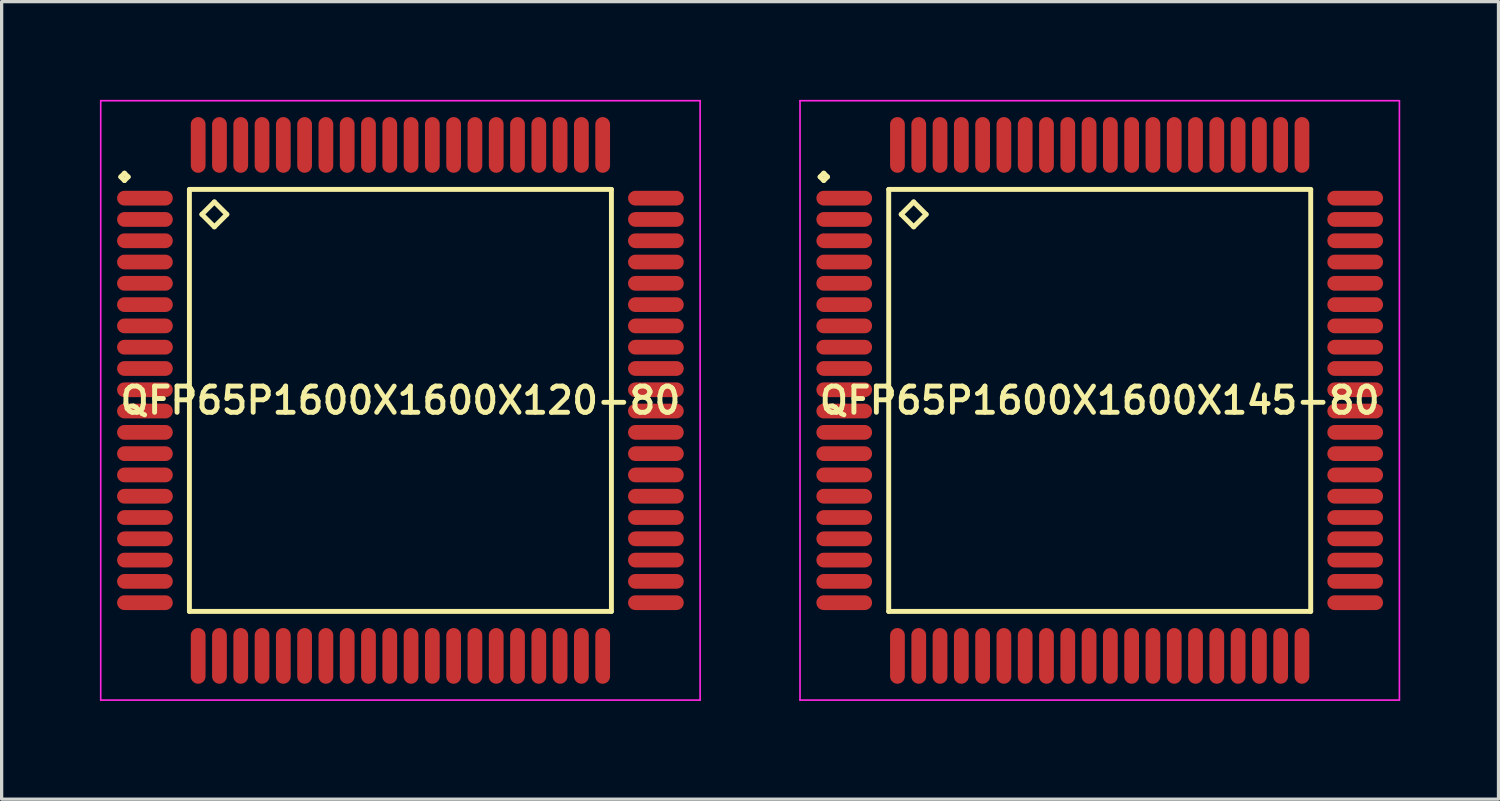
<source format=kicad_pcb>
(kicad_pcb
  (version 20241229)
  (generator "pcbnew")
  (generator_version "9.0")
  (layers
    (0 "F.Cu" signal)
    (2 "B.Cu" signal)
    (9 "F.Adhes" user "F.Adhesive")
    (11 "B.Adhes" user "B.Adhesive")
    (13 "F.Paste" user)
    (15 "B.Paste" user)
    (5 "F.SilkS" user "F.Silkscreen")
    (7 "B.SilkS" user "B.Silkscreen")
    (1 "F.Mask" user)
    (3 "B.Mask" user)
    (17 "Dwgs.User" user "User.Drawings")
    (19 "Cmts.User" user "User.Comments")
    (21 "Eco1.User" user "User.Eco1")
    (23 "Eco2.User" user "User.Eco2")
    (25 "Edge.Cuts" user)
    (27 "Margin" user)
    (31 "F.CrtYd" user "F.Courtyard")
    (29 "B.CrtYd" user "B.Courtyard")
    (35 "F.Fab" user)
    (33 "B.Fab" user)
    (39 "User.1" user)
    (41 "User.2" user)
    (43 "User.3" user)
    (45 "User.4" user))
  (footprint "QFP65P1600X1600X120-80"
    (layer "F.Cu")
    (at 9.175 9.175)
    (property "Reference" "QFP65P1600X1600X120-80" (at 0 0 0) (layer "F.SilkS") (effects (font (size 0.8 0.8) (thickness 0.15))))
    (attr smd)
    (fp_line (start -8.537 -6.825) (end -8.425 -6.938) (stroke (width 0.15) (type solid)) (layer "F.SilkS"))
    (fp_line (start -8.425 -6.938) (end -8.312 -6.825) (stroke (width 0.15) (type solid)) (layer "F.SilkS"))
    (fp_line (start -8.425 -6.713) (end -8.537 -6.825) (stroke (width 0.15) (type solid)) (layer "F.SilkS"))
    (fp_line (start -8.312 -6.825) (end -8.425 -6.713) (stroke (width 0.15) (type solid)) (layer "F.SilkS"))
    (fp_line (start -6.442 -6.442) (end -6.442 6.442) (stroke (width 0.15) (type solid)) (layer "F.SilkS"))
    (fp_line (start -6.442 6.442) (end 6.442 6.442) (stroke (width 0.15) (type solid)) (layer "F.SilkS"))
    (fp_line (start -6.061 -5.68) (end -5.68 -6.061) (stroke (width 0.15) (type solid)) (layer "F.SilkS"))
    (fp_line (start -5.68 -6.061) (end -5.299 -5.68) (stroke (width 0.15) (type solid)) (layer "F.SilkS"))
    (fp_line (start -5.68 -5.299) (end -6.061 -5.68) (stroke (width 0.15) (type solid)) (layer "F.SilkS"))
    (fp_line (start -5.299 -5.68) (end -5.68 -5.299) (stroke (width 0.15) (type solid)) (layer "F.SilkS"))
    (fp_line (start 6.442 -6.442) (end -6.442 -6.442) (stroke (width 0.15) (type solid)) (layer "F.SilkS"))
    (fp_line (start 6.442 6.442) (end 6.442 -6.442) (stroke (width 0.15) (type solid)) (layer "F.SilkS"))
    (fp_line (start -9.15 -9.15) (end 9.15 -9.15) (stroke (width 0.05) (type solid)) (layer "F.CrtYd"))
    (fp_line (start -9.15 9.15) (end -9.15 -9.15) (stroke (width 0.05) (type solid)) (layer "F.CrtYd"))
    (fp_line (start 9.15 -9.15) (end 9.15 9.15) (stroke (width 0.05) (type solid)) (layer "F.CrtYd"))
    (fp_line (start 9.15 9.15) (end -9.15 9.15) (stroke (width 0.05) (type solid)) (layer "F.CrtYd"))
    (pad "1" smd oval (at -7.8 -6.175) (size 1.7 0.45) (layers "F.Cu" "F.Mask" "F.Paste"))
    (pad "2" smd oval (at -7.8 -5.525) (size 1.7 0.45) (layers "F.Cu" "F.Mask" "F.Paste"))
    (pad "3" smd oval (at -7.8 -4.875) (size 1.7 0.45) (layers "F.Cu" "F.Mask" "F.Paste"))
    (pad "4" smd oval (at -7.8 -4.225) (size 1.7 0.45) (layers "F.Cu" "F.Mask" "F.Paste"))
    (pad "5" smd oval (at -7.8 -3.575) (size 1.7 0.45) (layers "F.Cu" "F.Mask" "F.Paste"))
    (pad "6" smd oval (at -7.8 -2.925) (size 1.7 0.45) (layers "F.Cu" "F.Mask" "F.Paste"))
    (pad "7" smd oval (at -7.8 -2.275) (size 1.7 0.45) (layers "F.Cu" "F.Mask" "F.Paste"))
    (pad "8" smd oval (at -7.8 -1.625) (size 1.7 0.45) (layers "F.Cu" "F.Mask" "F.Paste"))
    (pad "9" smd oval (at -7.8 -0.975) (size 1.7 0.45) (layers "F.Cu" "F.Mask" "F.Paste"))
    (pad "10" smd oval (at -7.8 -0.325) (size 1.7 0.45) (layers "F.Cu" "F.Mask" "F.Paste"))
    (pad "11" smd oval (at -7.8 0.325) (size 1.7 0.45) (layers "F.Cu" "F.Mask" "F.Paste"))
    (pad "12" smd oval (at -7.8 0.975) (size 1.7 0.45) (layers "F.Cu" "F.Mask" "F.Paste"))
    (pad "13" smd oval (at -7.8 1.625) (size 1.7 0.45) (layers "F.Cu" "F.Mask" "F.Paste"))
    (pad "14" smd oval (at -7.8 2.275) (size 1.7 0.45) (layers "F.Cu" "F.Mask" "F.Paste"))
    (pad "15" smd oval (at -7.8 2.925) (size 1.7 0.45) (layers "F.Cu" "F.Mask" "F.Paste"))
    (pad "16" smd oval (at -7.8 3.575) (size 1.7 0.45) (layers "F.Cu" "F.Mask" "F.Paste"))
    (pad "17" smd oval (at -7.8 4.225) (size 1.7 0.45) (layers "F.Cu" "F.Mask" "F.Paste"))
    (pad "18" smd oval (at -7.8 4.875) (size 1.7 0.45) (layers "F.Cu" "F.Mask" "F.Paste"))
    (pad "19" smd oval (at -7.8 5.525) (size 1.7 0.45) (layers "F.Cu" "F.Mask" "F.Paste"))
    (pad "20" smd oval (at -7.8 6.175) (size 1.7 0.45) (layers "F.Cu" "F.Mask" "F.Paste"))
    (pad "21" smd oval (at -6.175 7.8) (size 0.45 1.7) (layers "F.Cu" "F.Mask" "F.Paste"))
    (pad "22" smd oval (at -5.525 7.8) (size 0.45 1.7) (layers "F.Cu" "F.Mask" "F.Paste"))
    (pad "23" smd oval (at -4.875 7.8) (size 0.45 1.7) (layers "F.Cu" "F.Mask" "F.Paste"))
    (pad "24" smd oval (at -4.225 7.8) (size 0.45 1.7) (layers "F.Cu" "F.Mask" "F.Paste"))
    (pad "25" smd oval (at -3.575 7.8) (size 0.45 1.7) (layers "F.Cu" "F.Mask" "F.Paste"))
    (pad "26" smd oval (at -2.925 7.8) (size 0.45 1.7) (layers "F.Cu" "F.Mask" "F.Paste"))
    (pad "27" smd oval (at -2.275 7.8) (size 0.45 1.7) (layers "F.Cu" "F.Mask" "F.Paste"))
    (pad "28" smd oval (at -1.625 7.8) (size 0.45 1.7) (layers "F.Cu" "F.Mask" "F.Paste"))
    (pad "29" smd oval (at -0.975 7.8) (size 0.45 1.7) (layers "F.Cu" "F.Mask" "F.Paste"))
    (pad "30" smd oval (at -0.325 7.8) (size 0.45 1.7) (layers "F.Cu" "F.Mask" "F.Paste"))
    (pad "31" smd oval (at 0.325 7.8) (size 0.45 1.7) (layers "F.Cu" "F.Mask" "F.Paste"))
    (pad "32" smd oval (at 0.975 7.8) (size 0.45 1.7) (layers "F.Cu" "F.Mask" "F.Paste"))
    (pad "33" smd oval (at 1.625 7.8) (size 0.45 1.7) (layers "F.Cu" "F.Mask" "F.Paste"))
    (pad "34" smd oval (at 2.275 7.8) (size 0.45 1.7) (layers "F.Cu" "F.Mask" "F.Paste"))
    (pad "35" smd oval (at 2.925 7.8) (size 0.45 1.7) (layers "F.Cu" "F.Mask" "F.Paste"))
    (pad "36" smd oval (at 3.575 7.8) (size 0.45 1.7) (layers "F.Cu" "F.Mask" "F.Paste"))
    (pad "37" smd oval (at 4.225 7.8) (size 0.45 1.7) (layers "F.Cu" "F.Mask" "F.Paste"))
    (pad "38" smd oval (at 4.875 7.8) (size 0.45 1.7) (layers "F.Cu" "F.Mask" "F.Paste"))
    (pad "39" smd oval (at 5.525 7.8) (size 0.45 1.7) (layers "F.Cu" "F.Mask" "F.Paste"))
    (pad "40" smd oval (at 6.175 7.8) (size 0.45 1.7) (layers "F.Cu" "F.Mask" "F.Paste"))
    (pad "41" smd oval (at 7.8 6.175) (size 1.7 0.45) (layers "F.Cu" "F.Mask" "F.Paste"))
    (pad "42" smd oval (at 7.8 5.525) (size 1.7 0.45) (layers "F.Cu" "F.Mask" "F.Paste"))
    (pad "43" smd oval (at 7.8 4.875) (size 1.7 0.45) (layers "F.Cu" "F.Mask" "F.Paste"))
    (pad "44" smd oval (at 7.8 4.225) (size 1.7 0.45) (layers "F.Cu" "F.Mask" "F.Paste"))
    (pad "45" smd oval (at 7.8 3.575) (size 1.7 0.45) (layers "F.Cu" "F.Mask" "F.Paste"))
    (pad "46" smd oval (at 7.8 2.925) (size 1.7 0.45) (layers "F.Cu" "F.Mask" "F.Paste"))
    (pad "47" smd oval (at 7.8 2.275) (size 1.7 0.45) (layers "F.Cu" "F.Mask" "F.Paste"))
    (pad "48" smd oval (at 7.8 1.625) (size 1.7 0.45) (layers "F.Cu" "F.Mask" "F.Paste"))
    (pad "49" smd oval (at 7.8 0.975) (size 1.7 0.45) (layers "F.Cu" "F.Mask" "F.Paste"))
    (pad "50" smd oval (at 7.8 0.325) (size 1.7 0.45) (layers "F.Cu" "F.Mask" "F.Paste"))
    (pad "51" smd oval (at 7.8 -0.325) (size 1.7 0.45) (layers "F.Cu" "F.Mask" "F.Paste"))
    (pad "52" smd oval (at 7.8 -0.975) (size 1.7 0.45) (layers "F.Cu" "F.Mask" "F.Paste"))
    (pad "53" smd oval (at 7.8 -1.625) (size 1.7 0.45) (layers "F.Cu" "F.Mask" "F.Paste"))
    (pad "54" smd oval (at 7.8 -2.275) (size 1.7 0.45) (layers "F.Cu" "F.Mask" "F.Paste"))
    (pad "55" smd oval (at 7.8 -2.925) (size 1.7 0.45) (layers "F.Cu" "F.Mask" "F.Paste"))
    (pad "56" smd oval (at 7.8 -3.575) (size 1.7 0.45) (layers "F.Cu" "F.Mask" "F.Paste"))
    (pad "57" smd oval (at 7.8 -4.225) (size 1.7 0.45) (layers "F.Cu" "F.Mask" "F.Paste"))
    (pad "58" smd oval (at 7.8 -4.875) (size 1.7 0.45) (layers "F.Cu" "F.Mask" "F.Paste"))
    (pad "59" smd oval (at 7.8 -5.525) (size 1.7 0.45) (layers "F.Cu" "F.Mask" "F.Paste"))
    (pad "60" smd oval (at 7.8 -6.175) (size 1.7 0.45) (layers "F.Cu" "F.Mask" "F.Paste"))
    (pad "61" smd oval (at 6.175 -7.8) (size 0.45 1.7) (layers "F.Cu" "F.Mask" "F.Paste"))
    (pad "62" smd oval (at 5.525 -7.8) (size 0.45 1.7) (layers "F.Cu" "F.Mask" "F.Paste"))
    (pad "63" smd oval (at 4.875 -7.8) (size 0.45 1.7) (layers "F.Cu" "F.Mask" "F.Paste"))
    (pad "64" smd oval (at 4.225 -7.8) (size 0.45 1.7) (layers "F.Cu" "F.Mask" "F.Paste"))
    (pad "65" smd oval (at 3.575 -7.8) (size 0.45 1.7) (layers "F.Cu" "F.Mask" "F.Paste"))
    (pad "66" smd oval (at 2.925 -7.8) (size 0.45 1.7) (layers "F.Cu" "F.Mask" "F.Paste"))
    (pad "67" smd oval (at 2.275 -7.8) (size 0.45 1.7) (layers "F.Cu" "F.Mask" "F.Paste"))
    (pad "68" smd oval (at 1.625 -7.8) (size 0.45 1.7) (layers "F.Cu" "F.Mask" "F.Paste"))
    (pad "69" smd oval (at 0.975 -7.8) (size 0.45 1.7) (layers "F.Cu" "F.Mask" "F.Paste"))
    (pad "70" smd oval (at 0.325 -7.8) (size 0.45 1.7) (layers "F.Cu" "F.Mask" "F.Paste"))
    (pad "71" smd oval (at -0.325 -7.8) (size 0.45 1.7) (layers "F.Cu" "F.Mask" "F.Paste"))
    (pad "72" smd oval (at -0.975 -7.8) (size 0.45 1.7) (layers "F.Cu" "F.Mask" "F.Paste"))
    (pad "73" smd oval (at -1.625 -7.8) (size 0.45 1.7) (layers "F.Cu" "F.Mask" "F.Paste"))
    (pad "74" smd oval (at -2.275 -7.8) (size 0.45 1.7) (layers "F.Cu" "F.Mask" "F.Paste"))
    (pad "75" smd oval (at -2.925 -7.8) (size 0.45 1.7) (layers "F.Cu" "F.Mask" "F.Paste"))
    (pad "76" smd oval (at -3.575 -7.8) (size 0.45 1.7) (layers "F.Cu" "F.Mask" "F.Paste"))
    (pad "77" smd oval (at -4.225 -7.8) (size 0.45 1.7) (layers "F.Cu" "F.Mask" "F.Paste"))
    (pad "78" smd oval (at -4.875 -7.8) (size 0.45 1.7) (layers "F.Cu" "F.Mask" "F.Paste"))
    (pad "79" smd oval (at -5.525 -7.8) (size 0.45 1.7) (layers "F.Cu" "F.Mask" "F.Paste"))
    (pad "80" smd oval (at -6.175 -7.8) (size 0.45 1.7) (layers "F.Cu" "F.Mask" "F.Paste")))
  (footprint "QFP65P1600X1600X145-80"
    (layer "F.Cu")
    (at 30.525 9.175)
    (property "Reference" "QFP65P1600X1600X145-80" (at 0 0 0) (layer "F.SilkS") (effects (font (size 0.8 0.8) (thickness 0.15))))
    (attr smd)
    (fp_line (start -8.537 -6.825) (end -8.425 -6.938) (stroke (width 0.15) (type solid)) (layer "F.SilkS"))
    (fp_line (start -8.425 -6.938) (end -8.312 -6.825) (stroke (width 0.15) (type solid)) (layer "F.SilkS"))
    (fp_line (start -8.425 -6.713) (end -8.537 -6.825) (stroke (width 0.15) (type solid)) (layer "F.SilkS"))
    (fp_line (start -8.312 -6.825) (end -8.425 -6.713) (stroke (width 0.15) (type solid)) (layer "F.SilkS"))
    (fp_line (start -6.442 -6.442) (end -6.442 6.442) (stroke (width 0.15) (type solid)) (layer "F.SilkS"))
    (fp_line (start -6.442 6.442) (end 6.442 6.442) (stroke (width 0.15) (type solid)) (layer "F.SilkS"))
    (fp_line (start -6.061 -5.68) (end -5.68 -6.061) (stroke (width 0.15) (type solid)) (layer "F.SilkS"))
    (fp_line (start -5.68 -6.061) (end -5.299 -5.68) (stroke (width 0.15) (type solid)) (layer "F.SilkS"))
    (fp_line (start -5.68 -5.299) (end -6.061 -5.68) (stroke (width 0.15) (type solid)) (layer "F.SilkS"))
    (fp_line (start -5.299 -5.68) (end -5.68 -5.299) (stroke (width 0.15) (type solid)) (layer "F.SilkS"))
    (fp_line (start 6.442 -6.442) (end -6.442 -6.442) (stroke (width 0.15) (type solid)) (layer "F.SilkS"))
    (fp_line (start 6.442 6.442) (end 6.442 -6.442) (stroke (width 0.15) (type solid)) (layer "F.SilkS"))
    (fp_line (start -9.15 -9.15) (end 9.15 -9.15) (stroke (width 0.05) (type solid)) (layer "F.CrtYd"))
    (fp_line (start -9.15 9.15) (end -9.15 -9.15) (stroke (width 0.05) (type solid)) (layer "F.CrtYd"))
    (fp_line (start 9.15 -9.15) (end 9.15 9.15) (stroke (width 0.05) (type solid)) (layer "F.CrtYd"))
    (fp_line (start 9.15 9.15) (end -9.15 9.15) (stroke (width 0.05) (type solid)) (layer "F.CrtYd"))
    (pad "1" smd oval (at -7.8 -6.175) (size 1.7 0.45) (layers "F.Cu" "F.Mask" "F.Paste"))
    (pad "2" smd oval (at -7.8 -5.525) (size 1.7 0.45) (layers "F.Cu" "F.Mask" "F.Paste"))
    (pad "3" smd oval (at -7.8 -4.875) (size 1.7 0.45) (layers "F.Cu" "F.Mask" "F.Paste"))
    (pad "4" smd oval (at -7.8 -4.225) (size 1.7 0.45) (layers "F.Cu" "F.Mask" "F.Paste"))
    (pad "5" smd oval (at -7.8 -3.575) (size 1.7 0.45) (layers "F.Cu" "F.Mask" "F.Paste"))
    (pad "6" smd oval (at -7.8 -2.925) (size 1.7 0.45) (layers "F.Cu" "F.Mask" "F.Paste"))
    (pad "7" smd oval (at -7.8 -2.275) (size 1.7 0.45) (layers "F.Cu" "F.Mask" "F.Paste"))
    (pad "8" smd oval (at -7.8 -1.625) (size 1.7 0.45) (layers "F.Cu" "F.Mask" "F.Paste"))
    (pad "9" smd oval (at -7.8 -0.975) (size 1.7 0.45) (layers "F.Cu" "F.Mask" "F.Paste"))
    (pad "10" smd oval (at -7.8 -0.325) (size 1.7 0.45) (layers "F.Cu" "F.Mask" "F.Paste"))
    (pad "11" smd oval (at -7.8 0.325) (size 1.7 0.45) (layers "F.Cu" "F.Mask" "F.Paste"))
    (pad "12" smd oval (at -7.8 0.975) (size 1.7 0.45) (layers "F.Cu" "F.Mask" "F.Paste"))
    (pad "13" smd oval (at -7.8 1.625) (size 1.7 0.45) (layers "F.Cu" "F.Mask" "F.Paste"))
    (pad "14" smd oval (at -7.8 2.275) (size 1.7 0.45) (layers "F.Cu" "F.Mask" "F.Paste"))
    (pad "15" smd oval (at -7.8 2.925) (size 1.7 0.45) (layers "F.Cu" "F.Mask" "F.Paste"))
    (pad "16" smd oval (at -7.8 3.575) (size 1.7 0.45) (layers "F.Cu" "F.Mask" "F.Paste"))
    (pad "17" smd oval (at -7.8 4.225) (size 1.7 0.45) (layers "F.Cu" "F.Mask" "F.Paste"))
    (pad "18" smd oval (at -7.8 4.875) (size 1.7 0.45) (layers "F.Cu" "F.Mask" "F.Paste"))
    (pad "19" smd oval (at -7.8 5.525) (size 1.7 0.45) (layers "F.Cu" "F.Mask" "F.Paste"))
    (pad "20" smd oval (at -7.8 6.175) (size 1.7 0.45) (layers "F.Cu" "F.Mask" "F.Paste"))
    (pad "21" smd oval (at -6.175 7.8) (size 0.45 1.7) (layers "F.Cu" "F.Mask" "F.Paste"))
    (pad "22" smd oval (at -5.525 7.8) (size 0.45 1.7) (layers "F.Cu" "F.Mask" "F.Paste"))
    (pad "23" smd oval (at -4.875 7.8) (size 0.45 1.7) (layers "F.Cu" "F.Mask" "F.Paste"))
    (pad "24" smd oval (at -4.225 7.8) (size 0.45 1.7) (layers "F.Cu" "F.Mask" "F.Paste"))
    (pad "25" smd oval (at -3.575 7.8) (size 0.45 1.7) (layers "F.Cu" "F.Mask" "F.Paste"))
    (pad "26" smd oval (at -2.925 7.8) (size 0.45 1.7) (layers "F.Cu" "F.Mask" "F.Paste"))
    (pad "27" smd oval (at -2.275 7.8) (size 0.45 1.7) (layers "F.Cu" "F.Mask" "F.Paste"))
    (pad "28" smd oval (at -1.625 7.8) (size 0.45 1.7) (layers "F.Cu" "F.Mask" "F.Paste"))
    (pad "29" smd oval (at -0.975 7.8) (size 0.45 1.7) (layers "F.Cu" "F.Mask" "F.Paste"))
    (pad "30" smd oval (at -0.325 7.8) (size 0.45 1.7) (layers "F.Cu" "F.Mask" "F.Paste"))
    (pad "31" smd oval (at 0.325 7.8) (size 0.45 1.7) (layers "F.Cu" "F.Mask" "F.Paste"))
    (pad "32" smd oval (at 0.975 7.8) (size 0.45 1.7) (layers "F.Cu" "F.Mask" "F.Paste"))
    (pad "33" smd oval (at 1.625 7.8) (size 0.45 1.7) (layers "F.Cu" "F.Mask" "F.Paste"))
    (pad "34" smd oval (at 2.275 7.8) (size 0.45 1.7) (layers "F.Cu" "F.Mask" "F.Paste"))
    (pad "35" smd oval (at 2.925 7.8) (size 0.45 1.7) (layers "F.Cu" "F.Mask" "F.Paste"))
    (pad "36" smd oval (at 3.575 7.8) (size 0.45 1.7) (layers "F.Cu" "F.Mask" "F.Paste"))
    (pad "37" smd oval (at 4.225 7.8) (size 0.45 1.7) (layers "F.Cu" "F.Mask" "F.Paste"))
    (pad "38" smd oval (at 4.875 7.8) (size 0.45 1.7) (layers "F.Cu" "F.Mask" "F.Paste"))
    (pad "39" smd oval (at 5.525 7.8) (size 0.45 1.7) (layers "F.Cu" "F.Mask" "F.Paste"))
    (pad "40" smd oval (at 6.175 7.8) (size 0.45 1.7) (layers "F.Cu" "F.Mask" "F.Paste"))
    (pad "41" smd oval (at 7.8 6.175) (size 1.7 0.45) (layers "F.Cu" "F.Mask" "F.Paste"))
    (pad "42" smd oval (at 7.8 5.525) (size 1.7 0.45) (layers "F.Cu" "F.Mask" "F.Paste"))
    (pad "43" smd oval (at 7.8 4.875) (size 1.7 0.45) (layers "F.Cu" "F.Mask" "F.Paste"))
    (pad "44" smd oval (at 7.8 4.225) (size 1.7 0.45) (layers "F.Cu" "F.Mask" "F.Paste"))
    (pad "45" smd oval (at 7.8 3.575) (size 1.7 0.45) (layers "F.Cu" "F.Mask" "F.Paste"))
    (pad "46" smd oval (at 7.8 2.925) (size 1.7 0.45) (layers "F.Cu" "F.Mask" "F.Paste"))
    (pad "47" smd oval (at 7.8 2.275) (size 1.7 0.45) (layers "F.Cu" "F.Mask" "F.Paste"))
    (pad "48" smd oval (at 7.8 1.625) (size 1.7 0.45) (layers "F.Cu" "F.Mask" "F.Paste"))
    (pad "49" smd oval (at 7.8 0.975) (size 1.7 0.45) (layers "F.Cu" "F.Mask" "F.Paste"))
    (pad "50" smd oval (at 7.8 0.325) (size 1.7 0.45) (layers "F.Cu" "F.Mask" "F.Paste"))
    (pad "51" smd oval (at 7.8 -0.325) (size 1.7 0.45) (layers "F.Cu" "F.Mask" "F.Paste"))
    (pad "52" smd oval (at 7.8 -0.975) (size 1.7 0.45) (layers "F.Cu" "F.Mask" "F.Paste"))
    (pad "53" smd oval (at 7.8 -1.625) (size 1.7 0.45) (layers "F.Cu" "F.Mask" "F.Paste"))
    (pad "54" smd oval (at 7.8 -2.275) (size 1.7 0.45) (layers "F.Cu" "F.Mask" "F.Paste"))
    (pad "55" smd oval (at 7.8 -2.925) (size 1.7 0.45) (layers "F.Cu" "F.Mask" "F.Paste"))
    (pad "56" smd oval (at 7.8 -3.575) (size 1.7 0.45) (layers "F.Cu" "F.Mask" "F.Paste"))
    (pad "57" smd oval (at 7.8 -4.225) (size 1.7 0.45) (layers "F.Cu" "F.Mask" "F.Paste"))
    (pad "58" smd oval (at 7.8 -4.875) (size 1.7 0.45) (layers "F.Cu" "F.Mask" "F.Paste"))
    (pad "59" smd oval (at 7.8 -5.525) (size 1.7 0.45) (layers "F.Cu" "F.Mask" "F.Paste"))
    (pad "60" smd oval (at 7.8 -6.175) (size 1.7 0.45) (layers "F.Cu" "F.Mask" "F.Paste"))
    (pad "61" smd oval (at 6.175 -7.8) (size 0.45 1.7) (layers "F.Cu" "F.Mask" "F.Paste"))
    (pad "62" smd oval (at 5.525 -7.8) (size 0.45 1.7) (layers "F.Cu" "F.Mask" "F.Paste"))
    (pad "63" smd oval (at 4.875 -7.8) (size 0.45 1.7) (layers "F.Cu" "F.Mask" "F.Paste"))
    (pad "64" smd oval (at 4.225 -7.8) (size 0.45 1.7) (layers "F.Cu" "F.Mask" "F.Paste"))
    (pad "65" smd oval (at 3.575 -7.8) (size 0.45 1.7) (layers "F.Cu" "F.Mask" "F.Paste"))
    (pad "66" smd oval (at 2.925 -7.8) (size 0.45 1.7) (layers "F.Cu" "F.Mask" "F.Paste"))
    (pad "67" smd oval (at 2.275 -7.8) (size 0.45 1.7) (layers "F.Cu" "F.Mask" "F.Paste"))
    (pad "68" smd oval (at 1.625 -7.8) (size 0.45 1.7) (layers "F.Cu" "F.Mask" "F.Paste"))
    (pad "69" smd oval (at 0.975 -7.8) (size 0.45 1.7) (layers "F.Cu" "F.Mask" "F.Paste"))
    (pad "70" smd oval (at 0.325 -7.8) (size 0.45 1.7) (layers "F.Cu" "F.Mask" "F.Paste"))
    (pad "71" smd oval (at -0.325 -7.8) (size 0.45 1.7) (layers "F.Cu" "F.Mask" "F.Paste"))
    (pad "72" smd oval (at -0.975 -7.8) (size 0.45 1.7) (layers "F.Cu" "F.Mask" "F.Paste"))
    (pad "73" smd oval (at -1.625 -7.8) (size 0.45 1.7) (layers "F.Cu" "F.Mask" "F.Paste"))
    (pad "74" smd oval (at -2.275 -7.8) (size 0.45 1.7) (layers "F.Cu" "F.Mask" "F.Paste"))
    (pad "75" smd oval (at -2.925 -7.8) (size 0.45 1.7) (layers "F.Cu" "F.Mask" "F.Paste"))
    (pad "76" smd oval (at -3.575 -7.8) (size 0.45 1.7) (layers "F.Cu" "F.Mask" "F.Paste"))
    (pad "77" smd oval (at -4.225 -7.8) (size 0.45 1.7) (layers "F.Cu" "F.Mask" "F.Paste"))
    (pad "78" smd oval (at -4.875 -7.8) (size 0.45 1.7) (layers "F.Cu" "F.Mask" "F.Paste"))
    (pad "79" smd oval (at -5.525 -7.8) (size 0.45 1.7) (layers "F.Cu" "F.Mask" "F.Paste"))
    (pad "80" smd oval (at -6.175 -7.8) (size 0.45 1.7) (layers "F.Cu" "F.Mask" "F.Paste")))
  (gr_rect
    (start -3 -3)
    (end 42.7 21.35)
    (stroke (width 0.1) (type default))
    (fill no)
    (layer "Edge.Cuts")))
</source>
